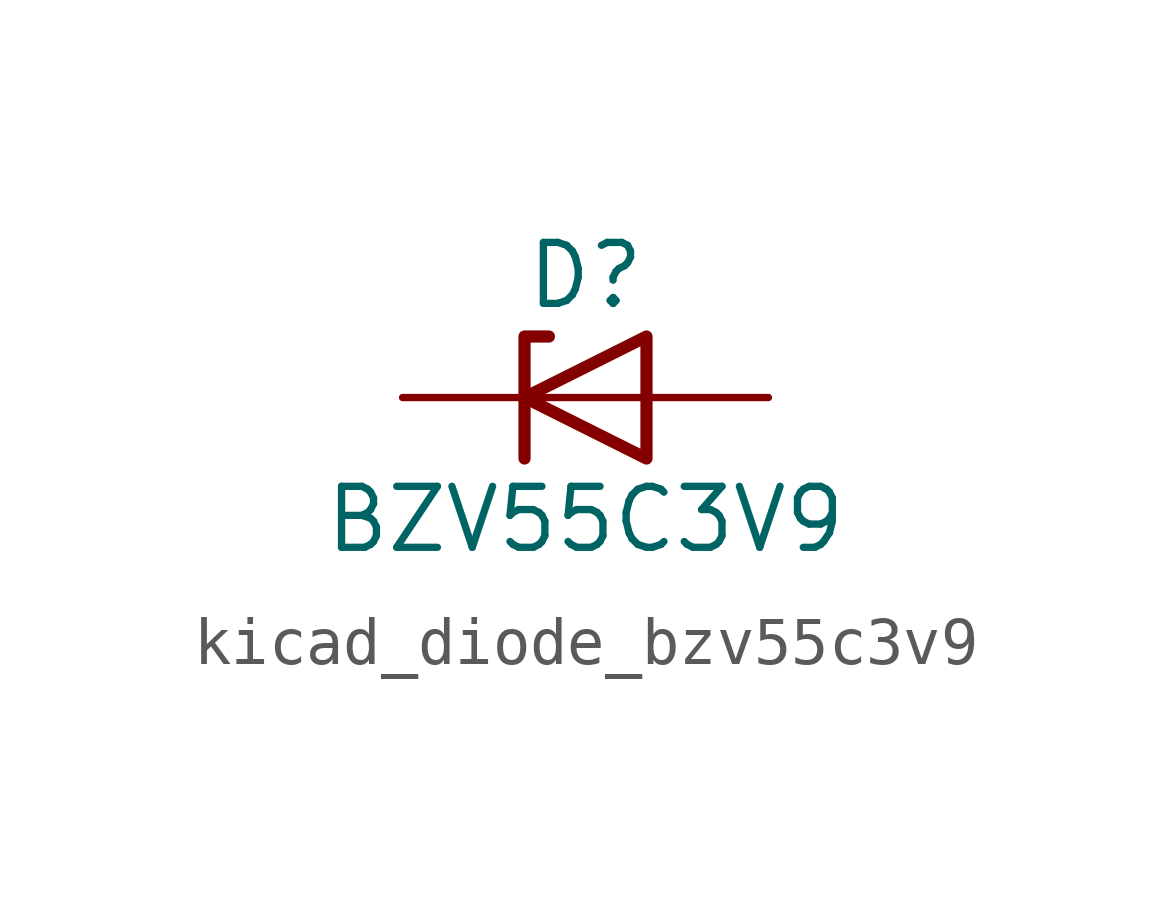
<source format=kicad_sym>
(kicad_symbol_lib
  (version 20220914)
  (generator kicad_symbol_editor)
  (symbol "kicad_diode_bzv55c3v9"
    (pin_numbers hide)
    (pin_names hide)
    (property "Reference" "D"
      (at 0 2.54 0)
      (effects (font (size 1.27 1.27))))
    (property "Value" "BZV55C3V9"
      (at 0 -2.54 0)
      (effects (font (size 1.27 1.27))))
    (symbol "kicad_diode_bzv55c3v9_0_1"
      (polyline (pts (xy 1.27 0) (xy -1.27 0)) (stroke (width 0) (type default)) (fill (type none)))
      (polyline (pts (xy -1.27 -1.27) (xy -1.27 1.27) (xy -0.762 1.27)) (stroke (width 0.254) (type default)) (fill (type none)))
      (polyline (pts (xy 1.27 -1.27) (xy 1.27 1.27) (xy -1.27 0) (xy 1.27 -1.27)) (stroke (width 0.254) (type default)) (fill (type none))))
    (symbol "kicad_diode_bzv55c3v9_1_1"
      (pin passive line (at -3.81 0 0) (length 2.54) (name "K" (effects (font (size 1.27 1.27)))) (number "1" (effects (font (size 1.27 1.27)))))
      (pin passive line (at 3.81 0 180) (length 2.54) (name "A" (effects (font (size 1.27 1.27)))) (number "2" (effects (font (size 1.27 1.27))))))))
</source>
